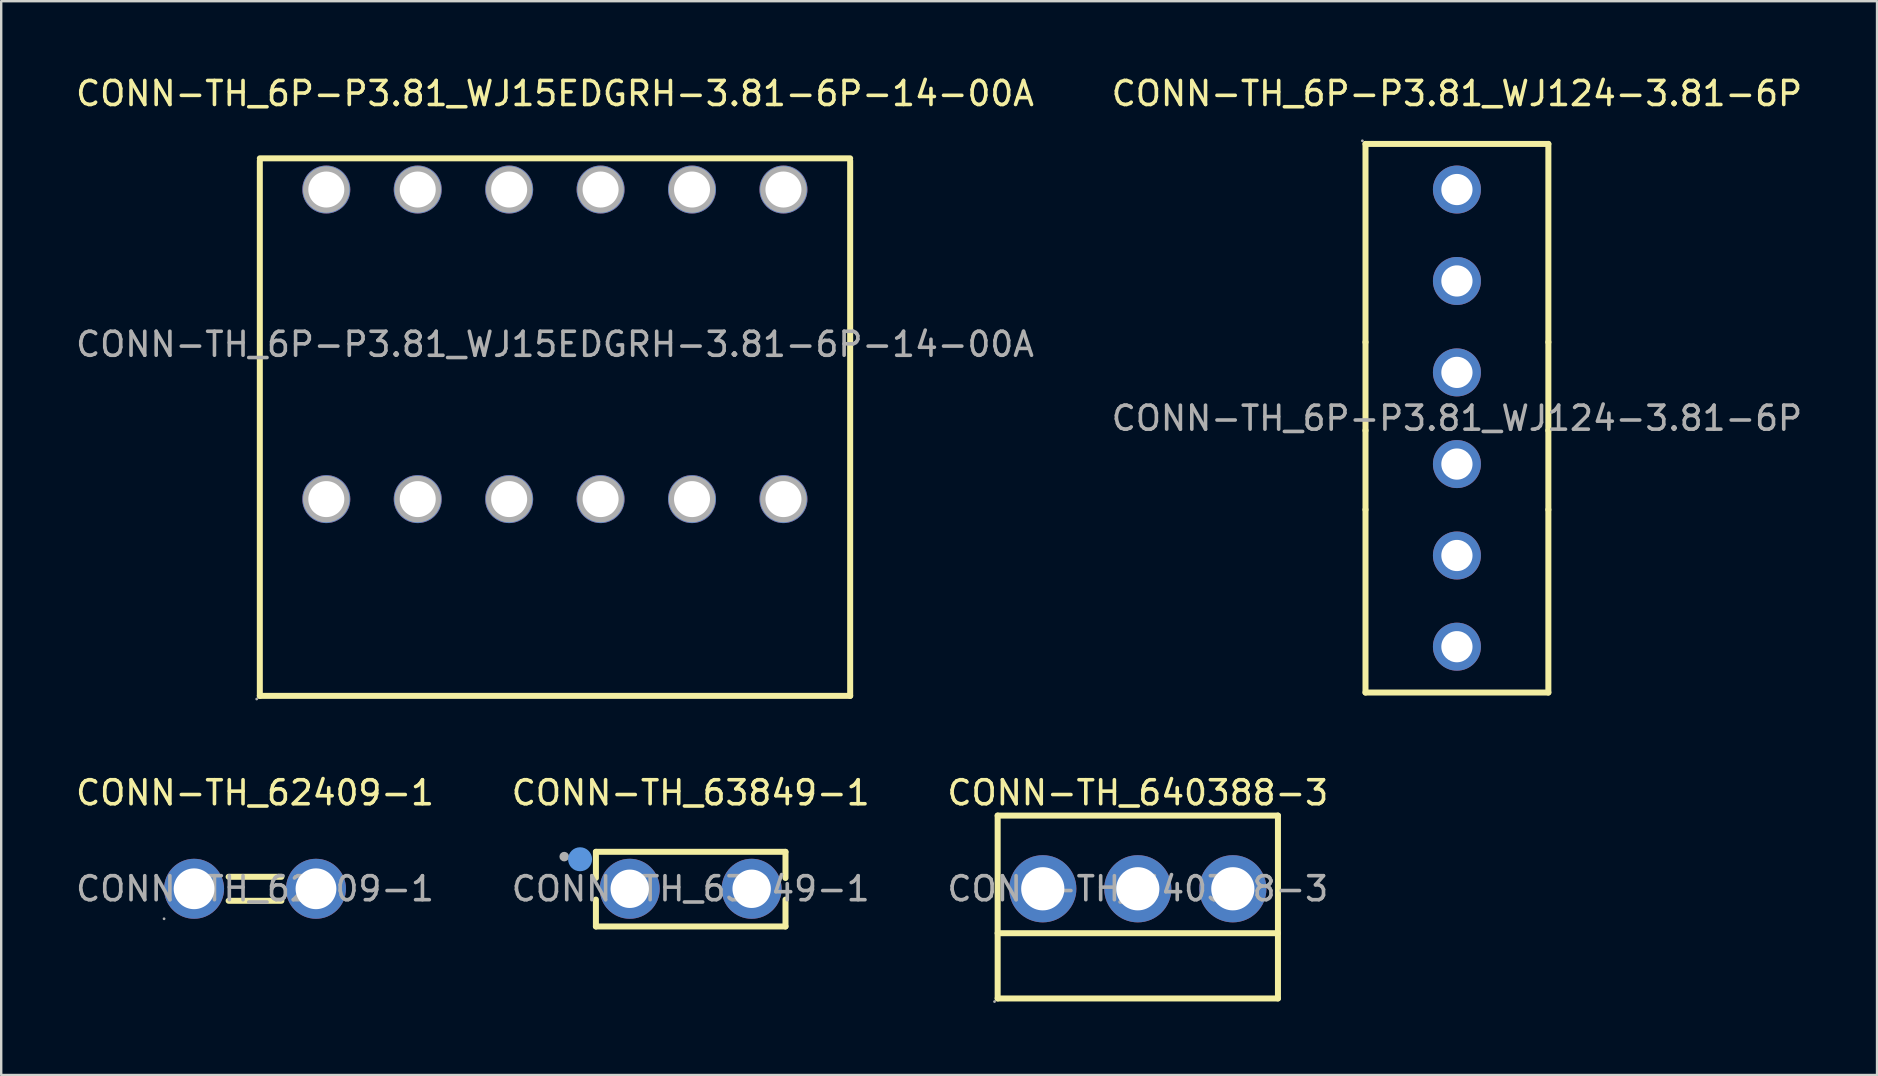
<source format=kicad_pcb>
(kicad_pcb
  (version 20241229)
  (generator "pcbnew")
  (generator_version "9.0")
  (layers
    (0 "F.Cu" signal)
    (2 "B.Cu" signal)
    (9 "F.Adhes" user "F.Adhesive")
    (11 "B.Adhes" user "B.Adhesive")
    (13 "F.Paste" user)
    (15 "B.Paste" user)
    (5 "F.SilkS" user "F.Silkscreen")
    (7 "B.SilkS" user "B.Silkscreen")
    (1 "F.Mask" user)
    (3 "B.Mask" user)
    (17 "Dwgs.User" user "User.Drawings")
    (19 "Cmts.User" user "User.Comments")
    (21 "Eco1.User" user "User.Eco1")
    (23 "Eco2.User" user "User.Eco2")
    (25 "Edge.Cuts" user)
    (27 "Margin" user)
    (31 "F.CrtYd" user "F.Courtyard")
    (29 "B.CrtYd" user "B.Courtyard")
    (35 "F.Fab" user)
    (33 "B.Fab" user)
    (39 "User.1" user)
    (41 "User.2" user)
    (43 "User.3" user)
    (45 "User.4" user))
  (footprint "CONN-TH_6P-P3.81_WJ124-3.81-6P"
    (layer "F.Cu")
    (at 57.661 14.378)
    (property "Reference" "CONN-TH_6P-P3.81_WJ124-3.81-6P" (at 0 -13.53 0) (layer "F.SilkS") (effects (font (size 1 1) (thickness 0.15))))
    (attr through_hole)
    (fp_line (start -3.81 -11.43) (end 3.81 -11.43) (stroke (width 0.25) (type solid)) (layer "F.SilkS"))
    (fp_line (start -3.81 -3.17) (end -3.81 -11.43) (stroke (width 0.25) (type solid)) (layer "F.SilkS"))
    (fp_line (start -3.81 0.51) (end -3.81 -3.17) (stroke (width 0.25) (type solid)) (layer "F.SilkS"))
    (fp_line (start -3.81 3.81) (end -3.81 0.51) (stroke (width 0.25) (type solid)) (layer "F.SilkS"))
    (fp_line (start -3.81 11.43) (end -3.81 3.81) (stroke (width 0.25) (type solid)) (layer "F.SilkS"))
    (fp_line (start 3.81 -11.43) (end 3.81 -3.17) (stroke (width 0.25) (type solid)) (layer "F.SilkS"))
    (fp_line (start 3.81 -3.17) (end 3.81 0.51) (stroke (width 0.25) (type solid)) (layer "F.SilkS"))
    (fp_line (start 3.81 0.51) (end 3.81 3.81) (stroke (width 0.25) (type solid)) (layer "F.SilkS"))
    (fp_line (start 3.81 3.81) (end 3.81 11.43) (stroke (width 0.25) (type solid)) (layer "F.SilkS"))
    (fp_line (start 3.81 11.43) (end -3.81 11.43) (stroke (width 0.25) (type solid)) (layer "F.SilkS"))
    (fp_circle (center -3.94 -11.56) (end -3.91 -11.56) (stroke (width 0.06) (type solid)) (fill no) (layer "F.Fab"))
    (fp_circle (center 0 -9.53) (end 0.28 -9.53) (stroke (width 0.55) (type solid)) (fill no) (layer "F.Fab"))
    (fp_circle (center 0 -5.72) (end 0.28 -5.72) (stroke (width 0.55) (type solid)) (fill no) (layer "F.Fab"))
    (fp_circle (center 0 -1.91) (end 0.28 -1.91) (stroke (width 0.55) (type solid)) (fill no) (layer "F.Fab"))
    (fp_circle (center 0 1.91) (end 0.28 1.91) (stroke (width 0.55) (type solid)) (fill no) (layer "F.Fab"))
    (fp_circle (center 0 5.72) (end 0.28 5.72) (stroke (width 0.55) (type solid)) (fill no) (layer "F.Fab"))
    (fp_circle (center 0 9.52) (end 0.28 9.52) (stroke (width 0.55) (type solid)) (fill no) (layer "F.Fab"))
    (fp_text user "${REFERENCE}" (at 0 0 0) (layer "F.Fab") (effects (font (size 1 1) (thickness 0.15))))
    (pad "1" thru_hole circle (at 0 -9.53 270) (size 2 2) (drill 1.3) (layers "*.Cu" "*.Paste" "*.Mask"))
    (pad "2" thru_hole circle (at 0 -5.72 270) (size 2 2) (drill 1.3) (layers "*.Cu" "*.Paste" "*.Mask"))
    (pad "3" thru_hole circle (at 0 -1.91 270) (size 2 2) (drill 1.3) (layers "*.Cu" "*.Paste" "*.Mask"))
    (pad "4" thru_hole circle (at 0 1.91 270) (size 2 2) (drill 1.3) (layers "*.Cu" "*.Paste" "*.Mask"))
    (pad "5" thru_hole circle (at 0 5.72 270) (size 2 2) (drill 1.3) (layers "*.Cu" "*.Paste" "*.Mask"))
    (pad "6" thru_hole circle (at 0 9.52 270) (size 2 2) (drill 1.3) (layers "*.Cu" "*.Paste" "*.Mask")))
  (footprint "CONN-TH_62409-1"
    (layer "F.Cu")
    (at 7.577 33.986)
    (property "Reference" "CONN-TH_62409-1" (at 0 -4 0) (layer "F.SilkS") (effects (font (size 1 1) (thickness 0.15))))
    (attr through_hole)
    (fp_line (start -1.1 -0.5) (end 1.1 -0.5) (stroke (width 0.25) (type solid)) (layer "F.SilkS"))
    (fp_line (start -1.1 0.5) (end 1.1 0.5) (stroke (width 0.25) (type solid)) (layer "F.SilkS"))
    (fp_circle (center -3.79 1.25) (end -3.76 1.25) (stroke (width 0.06) (type solid)) (fill no) (layer "F.Fab"))
    (fp_circle (center -2.54 0) (end -2.16 0) (stroke (width 0.75) (type solid)) (fill no) (layer "F.Fab"))
    (fp_circle (center 2.54 0) (end 2.92 0) (stroke (width 0.75) (type solid)) (fill no) (layer "F.Fab"))
    (fp_text user "${REFERENCE}" (at 0 0 0) (layer "F.Fab") (effects (font (size 1 1) (thickness 0.15))))
    (pad "1" thru_hole circle (at -2.54 0 90) (size 2.5 2.5) (drill 1.7) (layers "*.Cu" "*.Paste" "*.Mask"))
    (pad "1" thru_hole circle (at 2.54 0 90) (size 2.5 2.5) (drill 1.7) (layers "*.Cu" "*.Paste" "*.Mask")))
  (footprint "CONN-TH_6P-P3.81_WJ15EDGRH-3.81-6P-14-00A"
    (layer "F.Cu")
    (at 20.077 11.298)
    (property "Reference" "CONN-TH_6P-P3.81_WJ15EDGRH-3.81-6P-14-00A" (at 0 -10.45 0) (layer "F.SilkS") (effects (font (size 1 1) (thickness 0.15))))
    (attr through_hole)
    (fp_line (start -12.3 -7.75) (end 12.3 -7.75) (stroke (width 0.25) (type solid)) (layer "F.SilkS"))
    (fp_line (start -12.3 14.65) (end -12.3 -7.65) (stroke (width 0.25) (type solid)) (layer "F.SilkS"))
    (fp_line (start 12.3 -7.65) (end 12.3 14.65) (stroke (width 0.25) (type solid)) (layer "F.SilkS"))
    (fp_line (start 12.3 14.65) (end -12.3 14.65) (stroke (width 0.25) (type solid)) (layer "F.SilkS"))
    (fp_circle (center -12.43 14.78) (end -12.4 14.78) (stroke (width 0.06) (type solid)) (fill no) (layer "F.Fab"))
    (fp_circle (center -9.53 -6.45) (end -9.21 -6.45) (stroke (width 0.65) (type solid)) (fill no) (layer "F.Fab"))
    (fp_circle (center -9.53 6.45) (end -9.21 6.45) (stroke (width 0.65) (type solid)) (fill no) (layer "F.Fab"))
    (fp_circle (center -5.72 -6.45) (end -5.4 -6.45) (stroke (width 0.65) (type solid)) (fill no) (layer "F.Fab"))
    (fp_circle (center -5.72 6.45) (end -5.4 6.45) (stroke (width 0.65) (type solid)) (fill no) (layer "F.Fab"))
    (fp_circle (center -1.91 -6.45) (end -1.59 -6.45) (stroke (width 0.65) (type solid)) (fill no) (layer "F.Fab"))
    (fp_circle (center -1.91 6.45) (end -1.59 6.45) (stroke (width 0.65) (type solid)) (fill no) (layer "F.Fab"))
    (fp_circle (center 1.9 -6.45) (end 2.22 -6.45) (stroke (width 0.65) (type solid)) (fill no) (layer "F.Fab"))
    (fp_circle (center 1.9 6.45) (end 2.22 6.45) (stroke (width 0.65) (type solid)) (fill no) (layer "F.Fab"))
    (fp_circle (center 5.71 -6.45) (end 6.03 -6.45) (stroke (width 0.65) (type solid)) (fill no) (layer "F.Fab"))
    (fp_circle (center 5.71 6.45) (end 6.03 6.45) (stroke (width 0.65) (type solid)) (fill no) (layer "F.Fab"))
    (fp_circle (center 9.52 -6.45) (end 9.84 -6.45) (stroke (width 0.65) (type solid)) (fill no) (layer "F.Fab"))
    (fp_circle (center 9.52 6.45) (end 9.84 6.45) (stroke (width 0.65) (type solid)) (fill no) (layer "F.Fab"))
    (fp_text user "${REFERENCE}" (at 0 0 0) (layer "F.Fab") (effects (font (size 1 1) (thickness 0.15))))
    (pad "1" thru_hole circle (at -9.53 6.45) (size 2 2) (drill 1.5) (layers "*.Cu" "*.Paste" "*.Mask"))
    (pad "2" thru_hole circle (at -9.53 -6.45) (size 2 2) (drill 1.5) (layers "*.Cu" "*.Paste" "*.Mask"))
    (pad "3" thru_hole circle (at -5.72 6.45) (size 2 2) (drill 1.5) (layers "*.Cu" "*.Paste" "*.Mask"))
    (pad "4" thru_hole circle (at -5.72 -6.45) (size 2 2) (drill 1.5) (layers "*.Cu" "*.Paste" "*.Mask"))
    (pad "5" thru_hole circle (at -1.91 6.45) (size 2 2) (drill 1.5) (layers "*.Cu" "*.Paste" "*.Mask"))
    (pad "6" thru_hole circle (at -1.91 -6.45) (size 2 2) (drill 1.5) (layers "*.Cu" "*.Paste" "*.Mask"))
    (pad "7" thru_hole circle (at 1.9 6.45) (size 2 2) (drill 1.5) (layers "*.Cu" "*.Paste" "*.Mask"))
    (pad "8" thru_hole circle (at 1.9 -6.45) (size 2 2) (drill 1.5) (layers "*.Cu" "*.Paste" "*.Mask"))
    (pad "9" thru_hole circle (at 5.71 6.45) (size 2 2) (drill 1.5) (layers "*.Cu" "*.Paste" "*.Mask"))
    (pad "10" thru_hole circle (at 5.71 -6.45) (size 2 2) (drill 1.5) (layers "*.Cu" "*.Paste" "*.Mask"))
    (pad "11" thru_hole circle (at 9.52 6.45) (size 2 2) (drill 1.5) (layers "*.Cu" "*.Paste" "*.Mask"))
    (pad "12" thru_hole circle (at 9.52 -6.45) (size 2 2) (drill 1.5) (layers "*.Cu" "*.Paste" "*.Mask")))
  (footprint "CONN-TH_640388-3"
    (layer "F.Cu")
    (at 44.363 33.986)
    (property "Reference" "CONN-TH_640388-3" (at 0 -4 0) (layer "F.SilkS") (effects (font (size 1 1) (thickness 0.15))))
    (attr through_hole)
    (fp_line (start -5.84 4.57) (end -5.84 -3.05) (stroke (width 0.25) (type solid)) (layer "F.SilkS"))
    (fp_line (start 5.84 -3.05) (end -5.84 -3.05) (stroke (width 0.25) (type solid)) (layer "F.SilkS"))
    (fp_line (start 5.84 1.85) (end -5.84 1.85) (stroke (width 0.25) (type solid)) (layer "F.SilkS"))
    (fp_line (start 5.84 4.57) (end -5.84 4.57) (stroke (width 0.25) (type solid)) (layer "F.SilkS"))
    (fp_line (start 5.84 4.57) (end 5.84 -3.05) (stroke (width 0.25) (type solid)) (layer "F.SilkS"))
    (fp_circle (center -5.97 4.7) (end -5.94 4.7) (stroke (width 0.06) (type solid)) (fill no) (layer "F.Fab"))
    (fp_circle (center -3.96 0) (end -3.56 0) (stroke (width 0.8) (type solid)) (fill no) (layer "F.Fab"))
    (fp_circle (center 0 0) (end 0.4 0) (stroke (width 0.8) (type solid)) (fill no) (layer "F.Fab"))
    (fp_circle (center 3.96 0) (end 4.36 0) (stroke (width 0.8) (type solid)) (fill no) (layer "F.Fab"))
    (fp_text user "${REFERENCE}" (at 0 0 0) (layer "F.Fab") (effects (font (size 1 1) (thickness 0.15))))
    (pad "1" thru_hole circle (at -3.96 0 180) (size 2.8 2.8) (drill 1.8) (layers "*.Cu" "*.Paste" "*.Mask"))
    (pad "2" thru_hole circle (at 0 0 180) (size 2.8 2.8) (drill 1.8) (layers "*.Cu" "*.Paste" "*.Mask"))
    (pad "3" thru_hole circle (at 3.96 0 180) (size 2.8 2.8) (drill 1.8) (layers "*.Cu" "*.Paste" "*.Mask")))
  (footprint "CONN-TH_63849-1"
    (layer "F.Cu")
    (at 25.732 33.986)
    (property "Reference" "CONN-TH_63849-1" (at 0 -4 0) (layer "F.SilkS") (effects (font (size 1 1) (thickness 0.15))))
    (attr through_hole)
    (fp_line (start -3.95 -1.54) (end 3.95 -1.54) (stroke (width 0.25) (type solid)) (layer "F.SilkS"))
    (fp_line (start -3.95 -0.45) (end -3.95 -1.54) (stroke (width 0.25) (type solid)) (layer "F.SilkS"))
    (fp_line (start -3.95 1.57) (end -3.95 0.45) (stroke (width 0.25) (type solid)) (layer "F.SilkS"))
    (fp_line (start 3.95 -1.54) (end 3.95 -0.45) (stroke (width 0.25) (type solid)) (layer "F.SilkS"))
    (fp_line (start 3.95 0.45) (end 3.95 1.57) (stroke (width 0.25) (type solid)) (layer "F.SilkS"))
    (fp_line (start 3.95 1.57) (end -3.95 1.57) (stroke (width 0.25) (type solid)) (layer "F.SilkS"))
    (fp_circle (center -4.61 -1.23) (end -4.36 -1.23) (stroke (width 0.5) (type solid)) (fill no) (layer "Cmts.User"))
    (fp_circle (center -5.27 -1.34) (end -5.17 -1.34) (stroke (width 0.2) (type solid)) (fill no) (layer "F.Fab"))
    (fp_circle (center -2.54 0) (end -2.24 0) (stroke (width 0.6) (type solid)) (fill no) (layer "F.Fab"))
    (fp_circle (center 2.54 0) (end 2.84 0) (stroke (width 0.6) (type solid)) (fill no) (layer "F.Fab"))
    (fp_text user "${REFERENCE}" (at 0 0 0) (layer "F.Fab") (effects (font (size 1 1) (thickness 0.15))))
    (pad "1" thru_hole circle (at -2.54 0) (size 2.5 2.5) (drill 1.6) (layers "*.Cu" "*.Paste" "*.Mask"))
    (pad "1" thru_hole circle (at 2.54 0) (size 2.5 2.5) (drill 1.6) (layers "*.Cu" "*.Paste" "*.Mask")))
  (gr_rect
    (start -3 -3)
    (end 75.167 41.746)
    (stroke (width 0.1) (type default))
    (fill no)
    (layer "Edge.Cuts")))
</source>
